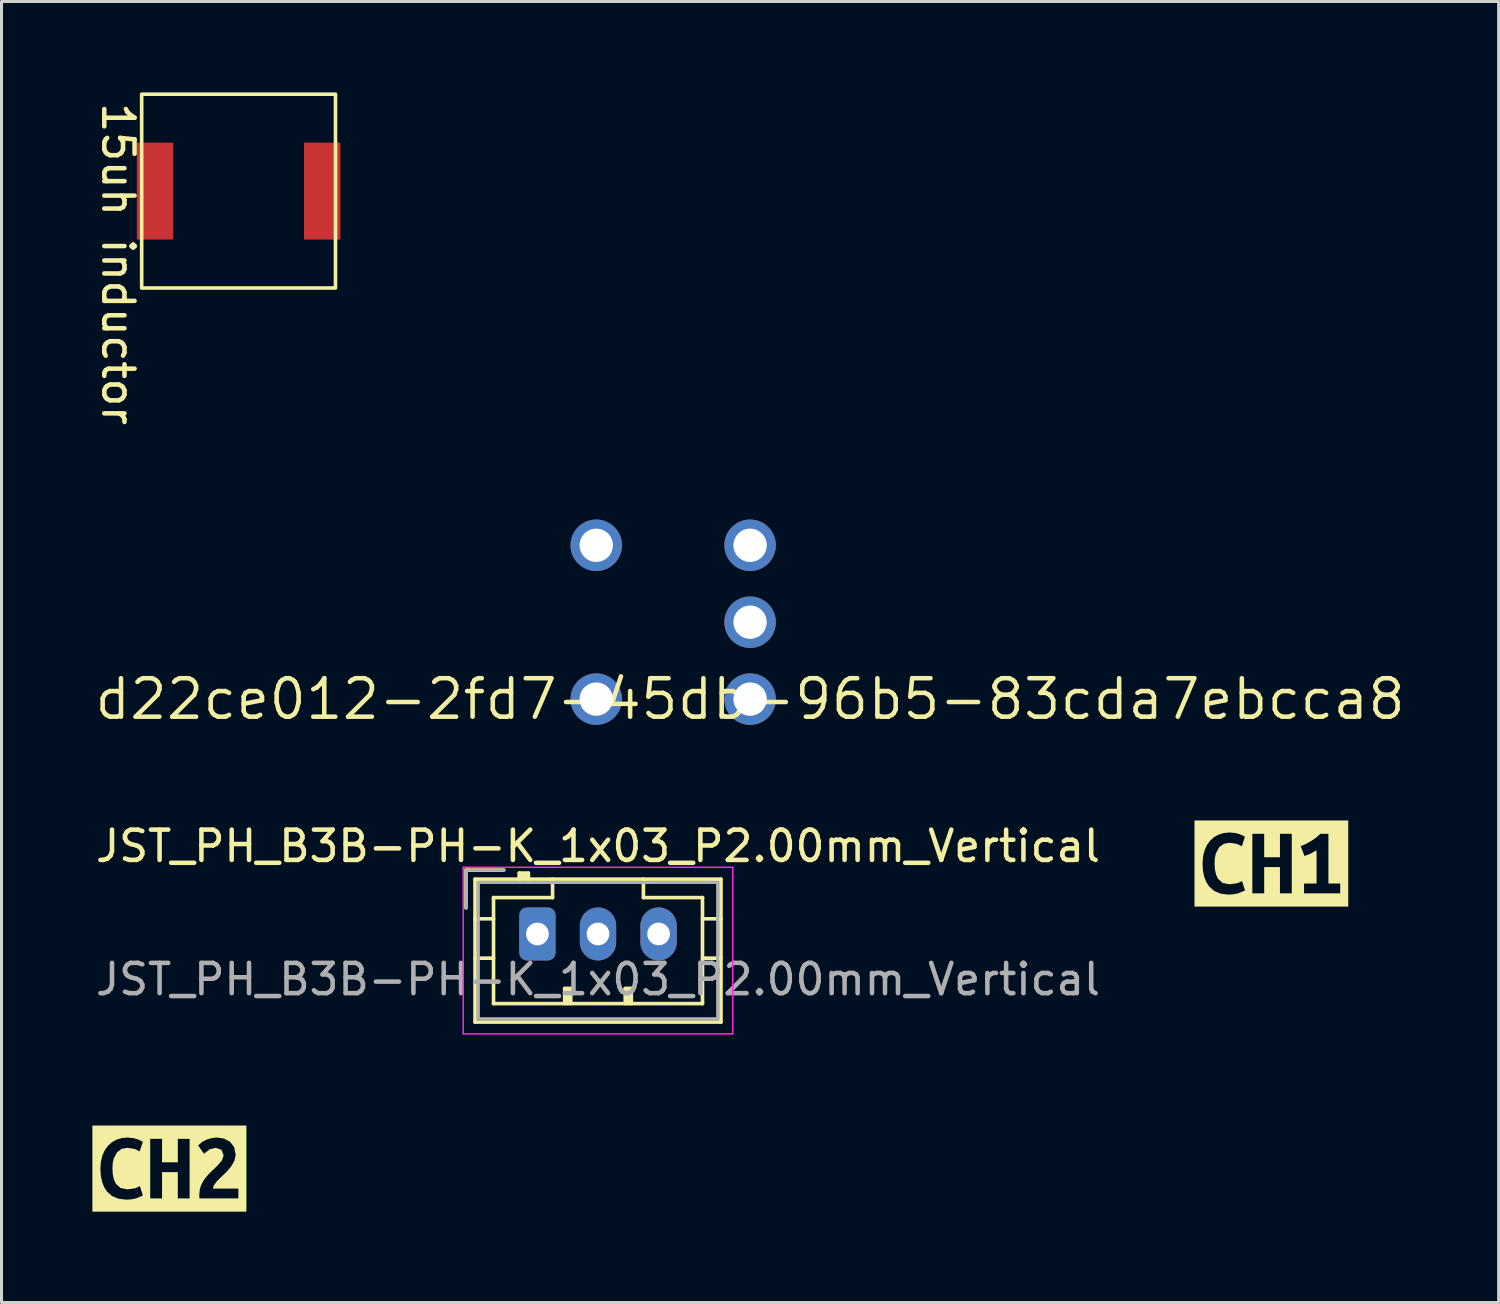
<source format=kicad_pcb>
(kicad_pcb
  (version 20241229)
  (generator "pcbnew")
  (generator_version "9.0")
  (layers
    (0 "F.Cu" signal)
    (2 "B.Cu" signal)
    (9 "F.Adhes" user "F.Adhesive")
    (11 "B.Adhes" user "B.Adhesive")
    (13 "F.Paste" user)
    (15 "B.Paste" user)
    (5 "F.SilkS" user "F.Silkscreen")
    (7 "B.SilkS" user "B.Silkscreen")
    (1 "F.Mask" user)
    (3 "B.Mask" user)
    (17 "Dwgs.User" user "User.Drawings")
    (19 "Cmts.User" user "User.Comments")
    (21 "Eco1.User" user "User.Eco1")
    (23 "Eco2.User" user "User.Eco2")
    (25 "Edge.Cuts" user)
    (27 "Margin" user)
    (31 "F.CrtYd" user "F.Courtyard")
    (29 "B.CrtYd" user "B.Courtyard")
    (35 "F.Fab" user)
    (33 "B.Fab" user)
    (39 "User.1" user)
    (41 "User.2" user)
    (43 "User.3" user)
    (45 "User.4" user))
  (footprint "kibuzzard-625BD4CB"
    (layer "F.Cu")
    (at 38.931 25.464)
    (property "Reference" "kibuzzard-625BD4CB" (at 0 -1.423 0) (layer "F.SilkS") (effects (font (size 0.001 0.001) (thickness 0.000003))))
    (attr board_only exclude_from_pos_files exclude_from_bom)
    (fp_poly (pts (xy -2.273 -1.422) (xy -2.127 -0.611) (xy -2.021 -0.757) (xy -1.891 -0.873) (xy -1.738 -0.957) (xy -1.567 -1.008) (xy -1.381 -1.026) (xy -1.192 -1.008) (xy -1.045 -0.968) (xy -0.938 -0.921) (xy -0.873 -0.883) (xy -0.975 -0.572) (xy -1.151 -0.652) (xy -1.387 -0.686) (xy -1.567 -0.652) (xy -1.722 -0.541) (xy -1.834 -0.333) (xy -1.866 -0.187) (xy -1.876 -0.01) (xy -1.864 0.197) (xy -1.825 0.369) (xy -1.761 0.506) (xy -1.608 0.641) (xy -1.381 0.686) (xy -1.129 0.651) (xy -0.968 0.581) (xy -0.629 0.984) (xy -0.629 -0.981) (xy -0.238 -0.981) (xy -0.238 -0.206) (xy 0.283 -0.206) (xy 0.283 -0.981) (xy 0.673 -0.981) (xy 1.492 0.66) (xy 1.492 -0.438) (xy 1.289 -0.325) (xy 1.095 -0.248) (xy 0.968 -0.572) (xy 1.133 -0.645) (xy 1.311 -0.743) (xy 1.48 -0.857) (xy 1.616 -0.981) (xy 1.883 -0.981) (xy 1.883 0.66) (xy 2.273 0.66) (xy 2.273 0.984) (xy 1.079 0.984) (xy 1.079 0.66) (xy 1.492 0.66) (xy 0.673 -0.981) (xy 0.673 0.984) (xy 0.283 0.984) (xy 0.283 0.117) (xy -0.238 0.117) (xy -0.238 0.984) (xy -0.629 0.984) (xy -0.968 0.581) (xy -0.87 0.889) (xy -1.094 0.983) (xy -1.246 1.015) (xy -1.419 1.026) (xy -1.675 0.996) (xy -1.886 0.907) (xy -2.054 0.759) (xy -2.15 0.611) (xy -2.219 0.436) (xy -2.26 0.232) (xy -2.273 0) (xy -2.257 -0.231) (xy -2.207 -0.435) (xy -2.127 -0.611) (xy -2.273 -1.422) (xy -2.538 -1.422) (xy -2.538 1.422) (xy -2.273 1.422) (xy 2.273 1.422) (xy 2.538 1.422) (xy 2.538 -1.422) (xy 2.273 -1.422) (xy -2.273 -1.422)) (stroke (width 0) (type solid)) (fill yes) (layer "F.SilkS")))
  (footprint "kibuzzard-625BD4D5"
    (layer "F.Cu")
    (at 2.543 35.537)
    (property "Reference" "kibuzzard-625BD4D5" (at 0 -1.423 0) (layer "F.SilkS") (effects (font (size 0.001 0.001) (thickness 0.000003))))
    (attr board_only exclude_from_pos_files exclude_from_bom)
    (fp_poly (pts (xy -2.278 -1.422) (xy -2.132 -0.611) (xy -2.026 -0.757) (xy -1.895 -0.873) (xy -1.743 -0.957) (xy -1.572 -1.008) (xy -1.386 -1.026) (xy -1.197 -1.008) (xy -1.049 -0.968) (xy -0.943 -0.921) (xy -0.878 -0.883) (xy -0.979 -0.572) (xy -1.156 -0.652) (xy -1.392 -0.686) (xy -1.572 -0.652) (xy -1.727 -0.541) (xy -1.838 -0.333) (xy -1.87 -0.187) (xy -1.881 -0.01) (xy -1.868 0.197) (xy -1.83 0.369) (xy -1.765 0.506) (xy -1.613 0.641) (xy -1.386 0.686) (xy -1.133 0.651) (xy -0.973 0.581) (xy -0.633 0.984) (xy -0.633 -0.981) (xy -0.243 -0.981) (xy -0.243 -0.206) (xy 0.278 -0.206) (xy 0.278 -0.981) (xy 0.668 -0.981) (xy 0.668 0.984) (xy 0.278 0.984) (xy 0.278 0.117) (xy -0.243 0.117) (xy -0.243 0.984) (xy -0.633 0.984) (xy -0.973 0.581) (xy -0.875 0.889) (xy -1.099 0.983) (xy -1.251 1.015) (xy -1.424 1.026) (xy -1.679 0.996) (xy -1.891 0.907) (xy -2.059 0.759) (xy -2.155 0.611) (xy -2.223 0.436) (xy -2.264 0.232) (xy -2.278 0) (xy -2.261 -0.231) (xy -2.211 -0.435) (xy -2.132 -0.611) (xy -2.278 -1.422) (xy -2.543 -1.422) (xy -2.543 1.422) (xy -2.278 1.422) (xy 2.278 1.422) (xy 2.278 0.984) (xy 0.995 0.984) (xy 0.987 0.905) (xy 0.989 0.838) (xy 1.004 0.686) (xy 1.048 0.546) (xy 1.114 0.418) (xy 1.197 0.3) (xy 1.291 0.191) (xy 1.391 0.09) (xy 1.491 -0.004) (xy 1.584 -0.095) (xy 1.734 -0.267) (xy 1.792 -0.435) (xy 1.719 -0.621) (xy 1.535 -0.686) (xy 1.341 -0.641) (xy 1.141 -0.492) (xy 0.948 -0.765) (xy 1.085 -0.881) (xy 1.241 -0.962) (xy 1.408 -1.01) (xy 1.573 -1.026) (xy 1.805 -0.991) (xy 2.002 -0.886) (xy 2.138 -0.71) (xy 2.189 -0.464) (xy 2.151 -0.268) (xy 2.049 -0.086) (xy 1.907 0.086) (xy 1.745 0.244) (xy 1.649 0.335) (xy 1.548 0.443) (xy 1.467 0.556) (xy 1.434 0.66) (xy 2.278 0.66) (xy 2.278 0.984) (xy 2.278 1.422) (xy 2.543 1.422) (xy 2.543 -1.422) (xy 2.278 -1.422) (xy -2.278 -1.422)) (stroke (width 0) (type solid)) (fill yes) (layer "F.SilkS")))
  (footprint "15uh inductor"
    (layer "F.Cu")
    (at 4.828 3.26)
    (property "Reference" "15uh inductor" (at -3.98 2.41 270) (unlocked yes) (layer "F.SilkS") (effects (font (size 1 1) (thickness 0.15))))
    (attr smd)
    (fp_rect (start -3.2 -3.2) (end 3.2 3.2) (stroke (width 0.12) (type solid)) (fill no) (layer "F.SilkS"))
    (pad "2" smd rect (at -2.76 0 180) (size 1.2 3.2) (layers "F.Cu" "F.Mask" "F.Paste"))
    (pad "5V" smd rect (at 2.76 0) (size 1.2 3.2) (layers "F.Cu" "F.Mask" "F.Paste")))
  (footprint "JST_PH_B3B-PH-K_1x03_P2.00mm_Vertical"
    (layer "F.Cu")
    (at 14.696 27.789)
    (property "Reference" "JST_PH_B3B-PH-K_1x03_P2.00mm_Vertical" (at 2 -2.9 0) (layer "F.SilkS") (effects (font (size 1 1) (thickness 0.15))))
    (attr through_hole)
    (fp_line (start -2.36 -2.11) (end -2.36 -0.86) (stroke (width 0.12) (type solid)) (layer "F.SilkS"))
    (fp_line (start -2.06 -1.81) (end -2.06 2.91) (stroke (width 0.12) (type solid)) (layer "F.SilkS"))
    (fp_line (start -2.06 -0.5) (end -1.45 -0.5) (stroke (width 0.12) (type solid)) (layer "F.SilkS"))
    (fp_line (start -2.06 0.8) (end -1.45 0.8) (stroke (width 0.12) (type solid)) (layer "F.SilkS"))
    (fp_line (start -2.06 2.91) (end 6.06 2.91) (stroke (width 0.12) (type solid)) (layer "F.SilkS"))
    (fp_line (start -1.45 -1.2) (end -1.45 2.3) (stroke (width 0.12) (type solid)) (layer "F.SilkS"))
    (fp_line (start -1.45 2.3) (end 5.45 2.3) (stroke (width 0.12) (type solid)) (layer "F.SilkS"))
    (fp_line (start -1.11 -2.11) (end -2.36 -2.11) (stroke (width 0.12) (type solid)) (layer "F.SilkS"))
    (fp_line (start -0.6 -2.01) (end -0.6 -1.81) (stroke (width 0.12) (type solid)) (layer "F.SilkS"))
    (fp_line (start -0.3 -2.01) (end -0.6 -2.01) (stroke (width 0.12) (type solid)) (layer "F.SilkS"))
    (fp_line (start -0.3 -1.91) (end -0.6 -1.91) (stroke (width 0.12) (type solid)) (layer "F.SilkS"))
    (fp_line (start -0.3 -1.81) (end -0.3 -2.01) (stroke (width 0.12) (type solid)) (layer "F.SilkS"))
    (fp_line (start 0.5 -1.81) (end 0.5 -1.2) (stroke (width 0.12) (type solid)) (layer "F.SilkS"))
    (fp_line (start 0.5 -1.2) (end -1.45 -1.2) (stroke (width 0.12) (type solid)) (layer "F.SilkS"))
    (fp_line (start 0.9 1.8) (end 1.1 1.8) (stroke (width 0.12) (type solid)) (layer "F.SilkS"))
    (fp_line (start 0.9 2.3) (end 0.9 1.8) (stroke (width 0.12) (type solid)) (layer "F.SilkS"))
    (fp_line (start 1 2.3) (end 1 1.8) (stroke (width 0.12) (type solid)) (layer "F.SilkS"))
    (fp_line (start 1.1 1.8) (end 1.1 2.3) (stroke (width 0.12) (type solid)) (layer "F.SilkS"))
    (fp_line (start 2.9 1.8) (end 3.1 1.8) (stroke (width 0.12) (type solid)) (layer "F.SilkS"))
    (fp_line (start 2.9 2.3) (end 2.9 1.8) (stroke (width 0.12) (type solid)) (layer "F.SilkS"))
    (fp_line (start 3 2.3) (end 3 1.8) (stroke (width 0.12) (type solid)) (layer "F.SilkS"))
    (fp_line (start 3.1 1.8) (end 3.1 2.3) (stroke (width 0.12) (type solid)) (layer "F.SilkS"))
    (fp_line (start 3.5 -1.2) (end 3.5 -1.81) (stroke (width 0.12) (type solid)) (layer "F.SilkS"))
    (fp_line (start 5.45 -1.2) (end 3.5 -1.2) (stroke (width 0.12) (type solid)) (layer "F.SilkS"))
    (fp_line (start 5.45 2.3) (end 5.45 -1.2) (stroke (width 0.12) (type solid)) (layer "F.SilkS"))
    (fp_line (start 6.06 -1.81) (end -2.06 -1.81) (stroke (width 0.12) (type solid)) (layer "F.SilkS"))
    (fp_line (start 6.06 -0.5) (end 5.45 -0.5) (stroke (width 0.12) (type solid)) (layer "F.SilkS"))
    (fp_line (start 6.06 0.8) (end 5.45 0.8) (stroke (width 0.12) (type solid)) (layer "F.SilkS"))
    (fp_line (start 6.06 2.91) (end 6.06 -1.81) (stroke (width 0.12) (type solid)) (layer "F.SilkS"))
    (fp_line (start -2.45 -2.2) (end -2.45 3.3) (stroke (width 0.05) (type solid)) (layer "F.CrtYd"))
    (fp_line (start -2.45 3.3) (end 6.45 3.3) (stroke (width 0.05) (type solid)) (layer "F.CrtYd"))
    (fp_line (start 6.45 -2.2) (end -2.45 -2.2) (stroke (width 0.05) (type solid)) (layer "F.CrtYd"))
    (fp_line (start 6.45 3.3) (end 6.45 -2.2) (stroke (width 0.05) (type solid)) (layer "F.CrtYd"))
    (fp_line (start -2.36 -2.11) (end -2.36 -0.86) (stroke (width 0.1) (type solid)) (layer "F.Fab"))
    (fp_line (start -1.95 -1.7) (end -1.95 2.8) (stroke (width 0.1) (type solid)) (layer "F.Fab"))
    (fp_line (start -1.95 2.8) (end 5.95 2.8) (stroke (width 0.1) (type solid)) (layer "F.Fab"))
    (fp_line (start -1.11 -2.11) (end -2.36 -2.11) (stroke (width 0.1) (type solid)) (layer "F.Fab"))
    (fp_line (start 5.95 -1.7) (end -1.95 -1.7) (stroke (width 0.1) (type solid)) (layer "F.Fab"))
    (fp_line (start 5.95 2.8) (end 5.95 -1.7) (stroke (width 0.1) (type solid)) (layer "F.Fab"))
    (fp_text user "${REFERENCE}" (at 2 1.5 0) (layer "F.Fab") (effects (font (size 1 1) (thickness 0.15))))
    (pad "1" thru_hole roundrect (at 0 0) (size 1.2 1.75) (drill 0.75) (layers "*.Cu" "*.Mask") (roundrect_rratio 0.208))
    (pad "2" thru_hole oval (at 2 0) (size 1.2 1.75) (drill 0.75) (layers "*.Cu" "*.Mask"))
    (pad "3" thru_hole oval (at 4 0) (size 1.2 1.75) (drill 0.75) (layers "*.Cu" "*.Mask")))
  (footprint "d22ce012-2fd7-45db-96b5-83cda7ebcca8"
    (layer "F.Cu")
    (at 21.718 20.035)
    (property "Reference" "d22ce012-2fd7-45db-96b5-83cda7ebcca8" (at 0 0 0) (layer "F.SilkS") (effects (font (size 1.27 1.27) (thickness 0.15))))
    (pad "1" thru_hole circle (at -5.08 -5.08 180) (size 1.7 1.7) (drill 1.1) (layers "*.Cu" "*.Mask"))
    (pad "1" thru_hole circle (at -5.08 0 180) (size 1.7 1.7) (drill 1.1) (layers "*.Cu" "*.Mask"))
    (pad "2" thru_hole circle (at 0 -5.08 180) (size 1.7 1.7) (drill 1.1) (layers "*.Cu" "*.Mask"))
    (pad "3" thru_hole circle (at 0 -2.54 180) (size 1.7 1.7) (drill 1.1) (layers "*.Cu" "*.Mask"))
    (pad "4" thru_hole circle (at 0 0 180) (size 1.7 1.7) (drill 1.1) (layers "*.Cu" "*.Mask")))
  (gr_rect
    (start -3 -3)
    (end 46.436 39.96)
    (stroke (width 0.1) (type default))
    (fill no)
    (layer "Edge.Cuts")))
</source>
